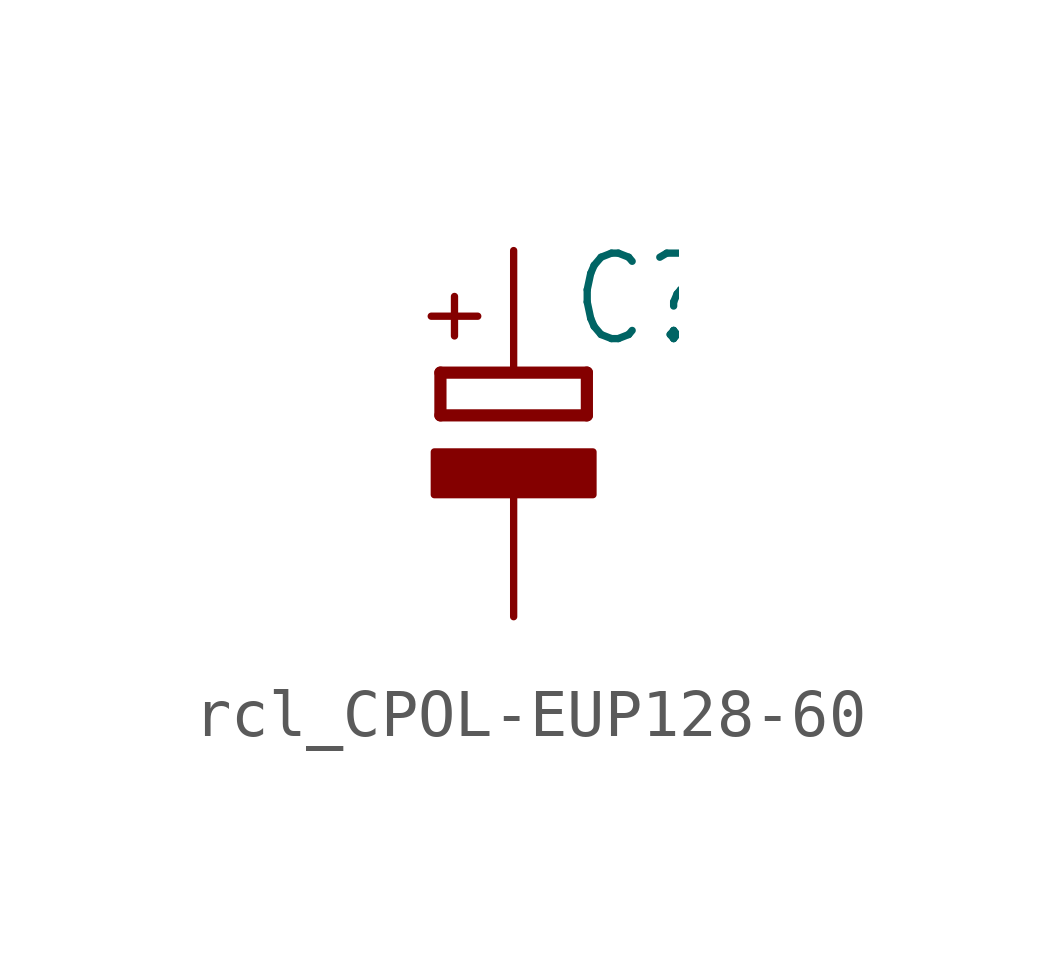
<source format=kicad_sym>
(kicad_symbol_lib
  (version 20231120)
  (generator "kicad_symbol_editor")
  (generator_version "8.0")
  (symbol "rcl_CPOL-EUP128-60"
    (property "Reference" "C"
      (at 1.143 0.483 0)
      (effects (font (size 1.778 1.511)) (justify left bottom)))
    (property "Value" ""
      (at 1.143 -4.597 0)
      (effects (font (size 1.778 1.511)) (justify left bottom)))
    (property "ki_locked" ""
      (at 0 0 0)
      (effects (font (size 1.27 1.27))))
    (symbol "rcl_CPOL-EUP128-60_1_0"
      (rectangle (start -1.651 -2.54) (end 1.651 -1.651) (stroke (width 0) (type default)) (fill (type outline)))
      (polyline (pts (xy -1.524 -0.889) (xy 1.524 -0.889)) (stroke (width 0.254) (type solid)) (fill (type none)))
      (polyline (pts (xy -1.524 0) (xy -1.524 -0.889)) (stroke (width 0.254) (type solid)) (fill (type none)))
      (polyline (pts (xy -1.524 0) (xy 1.524 0)) (stroke (width 0.254) (type solid)) (fill (type none)))
      (polyline (pts (xy 1.524 -0.889) (xy 1.524 0)) (stroke (width 0.254) (type solid)) (fill (type none)))
      (text "+" (at -0.584 0.406 900) (effects (font (size 1.27 1.079)) (justify left bottom)))
      (pin passive line (at 0 2.54 270) (length 2.54) (name "+" (effects (font (size 0 0)))) (number "+" (effects (font (size 0 0)))))
      (pin passive line (at 0 -5.08 90) (length 2.54) (name "-" (effects (font (size 0 0)))) (number "-" (effects (font (size 0 0))))))))
</source>
